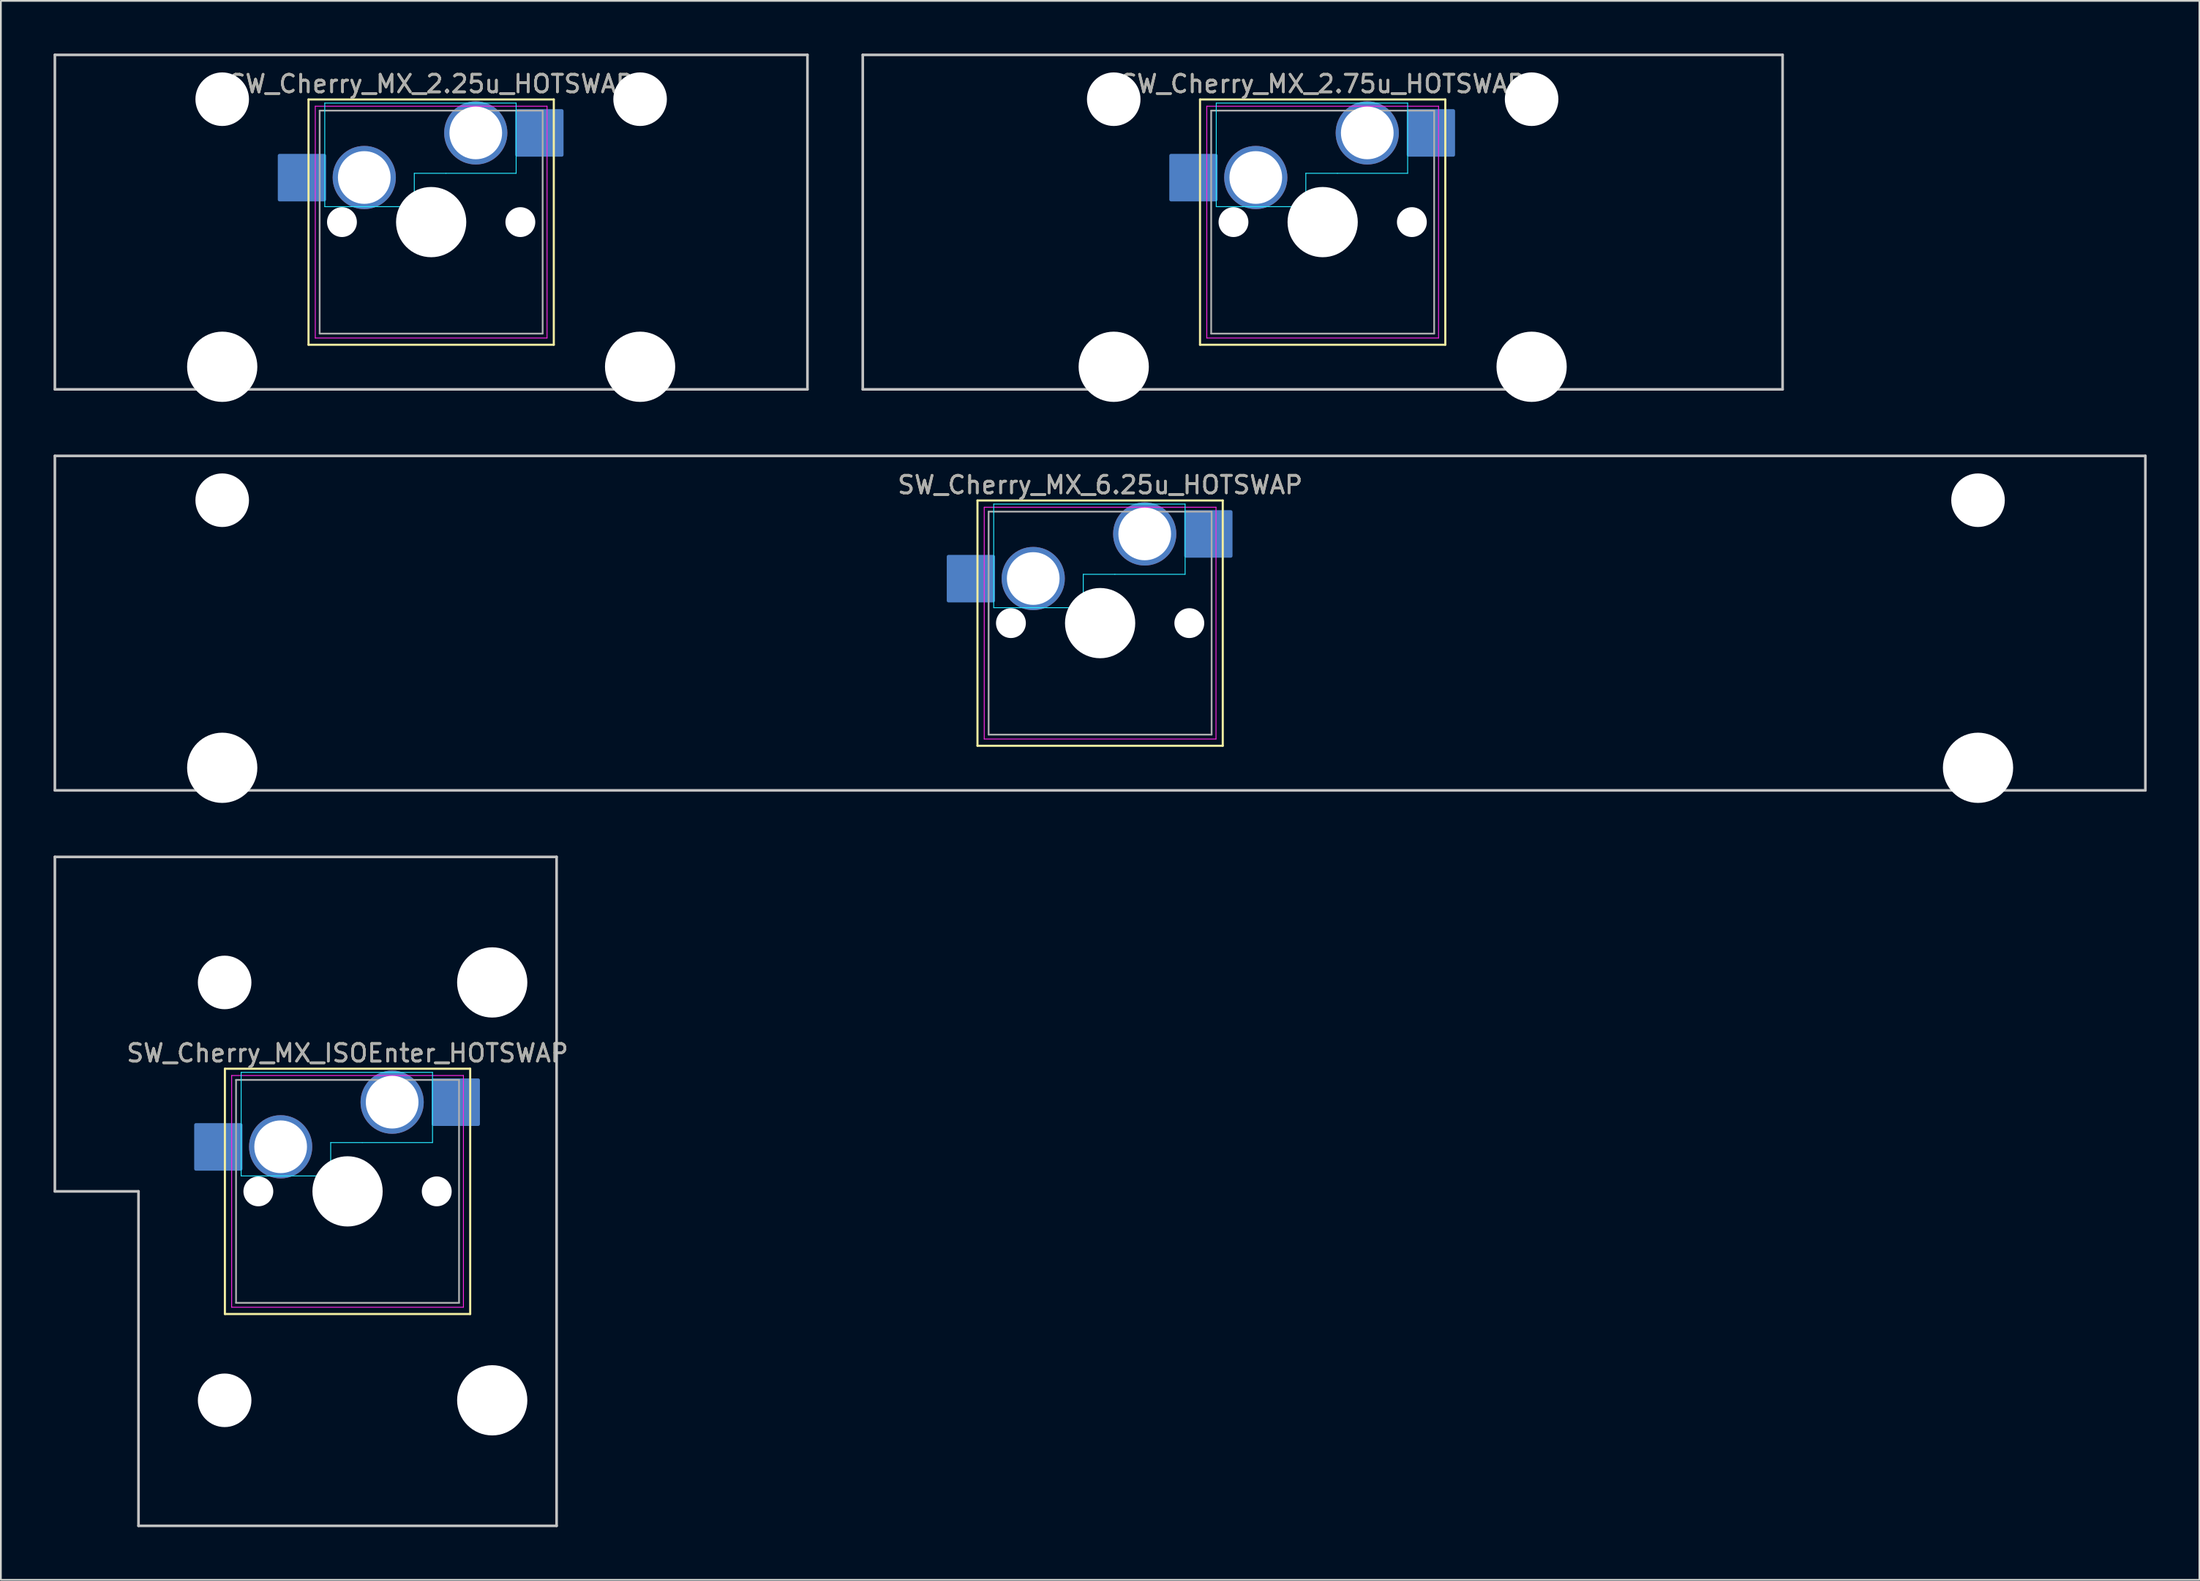
<source format=kicad_pcb>
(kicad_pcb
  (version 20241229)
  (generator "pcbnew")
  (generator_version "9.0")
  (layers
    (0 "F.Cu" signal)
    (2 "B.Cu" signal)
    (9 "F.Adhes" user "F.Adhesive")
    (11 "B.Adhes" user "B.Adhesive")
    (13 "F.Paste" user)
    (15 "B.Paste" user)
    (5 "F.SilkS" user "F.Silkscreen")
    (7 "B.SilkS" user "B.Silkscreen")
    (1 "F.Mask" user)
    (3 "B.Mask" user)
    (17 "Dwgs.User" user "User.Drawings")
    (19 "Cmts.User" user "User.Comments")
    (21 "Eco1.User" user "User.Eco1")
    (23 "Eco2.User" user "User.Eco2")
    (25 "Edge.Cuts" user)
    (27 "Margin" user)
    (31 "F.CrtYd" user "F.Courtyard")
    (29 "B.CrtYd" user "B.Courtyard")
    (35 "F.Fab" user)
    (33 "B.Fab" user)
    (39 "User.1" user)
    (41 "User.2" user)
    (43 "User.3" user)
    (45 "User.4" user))
  (footprint "SW_Cherry_MX_6.25u_HOTSWAP"
    (layer "F.Cu")
    (at 62.146 27.36)
    (property "Reference" "SW_Cherry_MX_6.25u_HOTSWAP" (at -2.54 -2.794 0) (layer "F.SilkS") (effects (font (size 1 1) (thickness 0.15))))
    (attr through_hole)
    (fp_rect (start -11.175 3.8) (end -8.625 1.294) (stroke (width 0.2) (type solid)) (fill yes) (layer "B.Cu"))
    (fp_rect (start 2.35 1.253) (end 4.9 -1.253) (stroke (width 0.2) (type solid)) (fill yes) (layer "B.Cu"))
    (fp_line (start -9.525 -1.905) (end 4.445 -1.905) (stroke (width 0.12) (type solid)) (layer "F.SilkS"))
    (fp_line (start -9.525 12.065) (end -9.525 -1.905) (stroke (width 0.12) (type solid)) (layer "F.SilkS"))
    (fp_line (start 4.445 -1.905) (end 4.445 12.065) (stroke (width 0.12) (type solid)) (layer "F.SilkS"))
    (fp_line (start 4.445 12.065) (end -9.525 12.065) (stroke (width 0.12) (type solid)) (layer "F.SilkS"))
    (fp_line (start -62.071 -4.445) (end 56.991 -4.445) (stroke (width 0.15) (type solid)) (layer "Dwgs.User"))
    (fp_line (start -62.071 14.605) (end -62.071 -4.445) (stroke (width 0.15) (type solid)) (layer "Dwgs.User"))
    (fp_line (start 56.991 -4.445) (end 56.991 14.605) (stroke (width 0.15) (type solid)) (layer "Dwgs.User"))
    (fp_line (start 56.991 14.605) (end -62.071 14.605) (stroke (width 0.15) (type solid)) (layer "Dwgs.User"))
    (fp_line (start -8.6 -1.7) (end -8.6 4.2) (stroke (width 0.05) (type solid)) (layer "B.CrtYd"))
    (fp_line (start -8.6 -1.7) (end 2.3 -1.7) (stroke (width 0.05) (type solid)) (layer "B.CrtYd"))
    (fp_line (start -8.6 4.2) (end -3.6 4.2) (stroke (width 0.05) (type solid)) (layer "B.CrtYd"))
    (fp_line (start -3.5 2.3) (end -3.5 4.2) (stroke (width 0.05) (type solid)) (layer "B.CrtYd"))
    (fp_line (start -3.5 4.2) (end -3.6 4.2) (stroke (width 0.05) (type solid)) (layer "B.CrtYd"))
    (fp_line (start -1.7 2.3) (end -3.5 2.3) (stroke (width 0.05) (type solid)) (layer "B.CrtYd"))
    (fp_line (start 2.3 -1.7) (end 2.3 2.3) (stroke (width 0.05) (type solid)) (layer "B.CrtYd"))
    (fp_line (start 2.3 2.3) (end -1.7 2.3) (stroke (width 0.05) (type solid)) (layer "B.CrtYd"))
    (fp_line (start -9.14 -1.52) (end 4.06 -1.52) (stroke (width 0.05) (type solid)) (layer "F.CrtYd"))
    (fp_line (start -9.14 11.68) (end -9.14 -1.52) (stroke (width 0.05) (type solid)) (layer "F.CrtYd"))
    (fp_line (start 4.06 -1.52) (end 4.06 11.68) (stroke (width 0.05) (type solid)) (layer "F.CrtYd"))
    (fp_line (start 4.06 11.68) (end -9.14 11.68) (stroke (width 0.05) (type solid)) (layer "F.CrtYd"))
    (fp_line (start -8.89 -1.27) (end 3.81 -1.27) (stroke (width 0.1) (type solid)) (layer "F.Fab"))
    (fp_line (start -8.89 11.43) (end -8.89 -1.27) (stroke (width 0.1) (type solid)) (layer "F.Fab"))
    (fp_line (start 3.81 -1.27) (end 3.81 11.43) (stroke (width 0.1) (type solid)) (layer "F.Fab"))
    (fp_line (start 3.81 11.43) (end -8.89 11.43) (stroke (width 0.1) (type solid)) (layer "F.Fab"))
    (fp_text user "${REFERENCE}" (at -2.54 -2.794 0) (layer "F.Fab") (effects (font (size 1 1) (thickness 0.15))))
    (pad "" np_thru_hole circle (at -52.54 -1.92) (size 3.05 3.05) (drill 3.05) (layers "*.Cu" "*.Mask"))
    (pad "" np_thru_hole circle (at -52.54 13.32) (size 4 4) (drill 4) (layers "*.Cu" "*.Mask"))
    (pad "" np_thru_hole circle (at -7.62 5.08) (size 1.7 1.7) (drill 1.7) (layers "*.Cu" "*.Mask"))
    (pad "" np_thru_hole circle (at -2.54 5.08) (size 4 4) (drill 4) (layers "*.Cu" "*.Mask"))
    (pad "" np_thru_hole circle (at 2.54 5.08) (size 1.7 1.7) (drill 1.7) (layers "*.Cu" "*.Mask"))
    (pad "" np_thru_hole circle (at 47.46 -1.92) (size 3.05 3.05) (drill 3.05) (layers "*.Cu" "*.Mask"))
    (pad "" np_thru_hole circle (at 47.46 13.32) (size 4 4) (drill 4) (layers "*.Cu" "*.Mask"))
    (pad "1" thru_hole circle (at 0 0) (size 3.6 3.6) (drill 3) (layers "*.Cu" "*.Mask"))
    (pad "2" thru_hole circle (at -6.35 2.54) (size 3.6 3.6) (drill 3) (layers "*.Cu" "*.Mask")))
  (footprint "SW_Cherry_MX_2.75u_HOTSWAP"
    (layer "F.Cu")
    (at 74.821 4.52)
    (property "Reference" "SW_Cherry_MX_2.75u_HOTSWAP" (at -2.54 -2.794 0) (layer "F.SilkS") (effects (font (size 1 1) (thickness 0.15))))
    (attr through_hole)
    (fp_rect (start -11.175 3.8) (end -8.625 1.294) (stroke (width 0.2) (type solid)) (fill yes) (layer "B.Cu"))
    (fp_rect (start 2.35 1.253) (end 4.9 -1.253) (stroke (width 0.2) (type solid)) (fill yes) (layer "B.Cu"))
    (fp_line (start -9.525 -1.905) (end 4.445 -1.905) (stroke (width 0.12) (type solid)) (layer "F.SilkS"))
    (fp_line (start -9.525 12.065) (end -9.525 -1.905) (stroke (width 0.12) (type solid)) (layer "F.SilkS"))
    (fp_line (start 4.445 -1.905) (end 4.445 12.065) (stroke (width 0.12) (type solid)) (layer "F.SilkS"))
    (fp_line (start 4.445 12.065) (end -9.525 12.065) (stroke (width 0.12) (type solid)) (layer "F.SilkS"))
    (fp_line (start -28.734 -4.445) (end 23.654 -4.445) (stroke (width 0.15) (type solid)) (layer "Dwgs.User"))
    (fp_line (start -28.734 14.605) (end -28.734 -4.445) (stroke (width 0.15) (type solid)) (layer "Dwgs.User"))
    (fp_line (start 23.654 -4.445) (end 23.654 14.605) (stroke (width 0.15) (type solid)) (layer "Dwgs.User"))
    (fp_line (start 23.654 14.605) (end -28.734 14.605) (stroke (width 0.15) (type solid)) (layer "Dwgs.User"))
    (fp_line (start -8.6 -1.7) (end -8.6 4.2) (stroke (width 0.05) (type solid)) (layer "B.CrtYd"))
    (fp_line (start -8.6 -1.7) (end 2.3 -1.7) (stroke (width 0.05) (type solid)) (layer "B.CrtYd"))
    (fp_line (start -8.6 4.2) (end -3.6 4.2) (stroke (width 0.05) (type solid)) (layer "B.CrtYd"))
    (fp_line (start -3.5 2.3) (end -3.5 4.2) (stroke (width 0.05) (type solid)) (layer "B.CrtYd"))
    (fp_line (start -3.5 4.2) (end -3.6 4.2) (stroke (width 0.05) (type solid)) (layer "B.CrtYd"))
    (fp_line (start -1.7 2.3) (end -3.5 2.3) (stroke (width 0.05) (type solid)) (layer "B.CrtYd"))
    (fp_line (start 2.3 -1.7) (end 2.3 2.3) (stroke (width 0.05) (type solid)) (layer "B.CrtYd"))
    (fp_line (start 2.3 2.3) (end -1.7 2.3) (stroke (width 0.05) (type solid)) (layer "B.CrtYd"))
    (fp_line (start -9.14 -1.52) (end 4.06 -1.52) (stroke (width 0.05) (type solid)) (layer "F.CrtYd"))
    (fp_line (start -9.14 11.68) (end -9.14 -1.52) (stroke (width 0.05) (type solid)) (layer "F.CrtYd"))
    (fp_line (start 4.06 -1.52) (end 4.06 11.68) (stroke (width 0.05) (type solid)) (layer "F.CrtYd"))
    (fp_line (start 4.06 11.68) (end -9.14 11.68) (stroke (width 0.05) (type solid)) (layer "F.CrtYd"))
    (fp_line (start -8.89 -1.27) (end 3.81 -1.27) (stroke (width 0.1) (type solid)) (layer "F.Fab"))
    (fp_line (start -8.89 11.43) (end -8.89 -1.27) (stroke (width 0.1) (type solid)) (layer "F.Fab"))
    (fp_line (start 3.81 -1.27) (end 3.81 11.43) (stroke (width 0.1) (type solid)) (layer "F.Fab"))
    (fp_line (start 3.81 11.43) (end -8.89 11.43) (stroke (width 0.1) (type solid)) (layer "F.Fab"))
    (fp_text user "${REFERENCE}" (at -2.54 -2.794 0) (layer "F.Fab") (effects (font (size 1 1) (thickness 0.15))))
    (pad "" np_thru_hole circle (at -14.44 -1.92) (size 3.05 3.05) (drill 3.05) (layers "*.Cu" "*.Mask"))
    (pad "" np_thru_hole circle (at -14.44 13.32) (size 4 4) (drill 4) (layers "*.Cu" "*.Mask"))
    (pad "" np_thru_hole circle (at -7.62 5.08) (size 1.7 1.7) (drill 1.7) (layers "*.Cu" "*.Mask"))
    (pad "" np_thru_hole circle (at -2.54 5.08) (size 4 4) (drill 4) (layers "*.Cu" "*.Mask"))
    (pad "" np_thru_hole circle (at 2.54 5.08) (size 1.7 1.7) (drill 1.7) (layers "*.Cu" "*.Mask"))
    (pad "" np_thru_hole circle (at 9.36 -1.92) (size 3.05 3.05) (drill 3.05) (layers "*.Cu" "*.Mask"))
    (pad "" np_thru_hole circle (at 9.36 13.32) (size 4 4) (drill 4) (layers "*.Cu" "*.Mask"))
    (pad "1" thru_hole circle (at 0 0) (size 3.6 3.6) (drill 3) (layers "*.Cu" "*.Mask"))
    (pad "2" thru_hole circle (at -6.35 2.54) (size 3.6 3.6) (drill 3) (layers "*.Cu" "*.Mask")))
  (footprint "SW_Cherry_MX_ISOEnter_HOTSWAP"
    (layer "F.Cu")
    (at 19.284 59.725)
    (property "Reference" "SW_Cherry_MX_ISOEnter_HOTSWAP" (at -2.54 -2.794 0) (layer "F.SilkS") (effects (font (size 1 1) (thickness 0.15))))
    (attr through_hole)
    (fp_rect (start -11.175 3.8) (end -8.625 1.294) (stroke (width 0.2) (type solid)) (fill yes) (layer "B.Cu"))
    (fp_rect (start 2.35 1.253) (end 4.9 -1.253) (stroke (width 0.2) (type solid)) (fill yes) (layer "B.Cu"))
    (fp_line (start -9.525 -1.905) (end 4.445 -1.905) (stroke (width 0.12) (type solid)) (layer "F.SilkS"))
    (fp_line (start -9.525 12.065) (end -9.525 -1.905) (stroke (width 0.12) (type solid)) (layer "F.SilkS"))
    (fp_line (start 4.445 -1.905) (end 4.445 12.065) (stroke (width 0.12) (type solid)) (layer "F.SilkS"))
    (fp_line (start 4.445 12.065) (end -9.525 12.065) (stroke (width 0.12) (type solid)) (layer "F.SilkS"))
    (fp_line (start -19.209 -13.97) (end 9.366 -13.97) (stroke (width 0.15) (type solid)) (layer "Dwgs.User"))
    (fp_line (start -19.209 5.08) (end -19.209 -13.97) (stroke (width 0.15) (type solid)) (layer "Dwgs.User"))
    (fp_line (start -14.446 5.08) (end -19.209 5.08) (stroke (width 0.15) (type solid)) (layer "Dwgs.User"))
    (fp_line (start -14.446 24.13) (end -14.446 5.08) (stroke (width 0.15) (type solid)) (layer "Dwgs.User"))
    (fp_line (start 9.366 -13.97) (end 9.366 24.13) (stroke (width 0.15) (type solid)) (layer "Dwgs.User"))
    (fp_line (start 9.366 24.13) (end -14.446 24.13) (stroke (width 0.15) (type solid)) (layer "Dwgs.User"))
    (fp_line (start -8.6 -1.7) (end -8.6 4.2) (stroke (width 0.05) (type solid)) (layer "B.CrtYd"))
    (fp_line (start -8.6 -1.7) (end 2.3 -1.7) (stroke (width 0.05) (type solid)) (layer "B.CrtYd"))
    (fp_line (start -8.6 4.2) (end -3.6 4.2) (stroke (width 0.05) (type solid)) (layer "B.CrtYd"))
    (fp_line (start -3.5 2.3) (end -3.5 4.2) (stroke (width 0.05) (type solid)) (layer "B.CrtYd"))
    (fp_line (start -3.5 4.2) (end -3.6 4.2) (stroke (width 0.05) (type solid)) (layer "B.CrtYd"))
    (fp_line (start -1.7 2.3) (end -3.5 2.3) (stroke (width 0.05) (type solid)) (layer "B.CrtYd"))
    (fp_line (start 2.3 -1.7) (end 2.3 2.3) (stroke (width 0.05) (type solid)) (layer "B.CrtYd"))
    (fp_line (start 2.3 2.3) (end -1.7 2.3) (stroke (width 0.05) (type solid)) (layer "B.CrtYd"))
    (fp_line (start -9.14 -1.52) (end 4.06 -1.52) (stroke (width 0.05) (type solid)) (layer "F.CrtYd"))
    (fp_line (start -9.14 11.68) (end -9.14 -1.52) (stroke (width 0.05) (type solid)) (layer "F.CrtYd"))
    (fp_line (start 4.06 -1.52) (end 4.06 11.68) (stroke (width 0.05) (type solid)) (layer "F.CrtYd"))
    (fp_line (start 4.06 11.68) (end -9.14 11.68) (stroke (width 0.05) (type solid)) (layer "F.CrtYd"))
    (fp_line (start -8.89 -1.27) (end 3.81 -1.27) (stroke (width 0.1) (type solid)) (layer "F.Fab"))
    (fp_line (start -8.89 11.43) (end -8.89 -1.27) (stroke (width 0.1) (type solid)) (layer "F.Fab"))
    (fp_line (start 3.81 -1.27) (end 3.81 11.43) (stroke (width 0.1) (type solid)) (layer "F.Fab"))
    (fp_line (start 3.81 11.43) (end -8.89 11.43) (stroke (width 0.1) (type solid)) (layer "F.Fab"))
    (fp_text user "${REFERENCE}" (at -2.54 -2.794 0) (layer "F.Fab") (effects (font (size 1 1) (thickness 0.15))))
    (pad "" np_thru_hole circle (at -9.54 -6.82) (size 3.05 3.05) (drill 3.05) (layers "*.Cu" "*.Mask"))
    (pad "" np_thru_hole circle (at -9.54 16.98) (size 3.05 3.05) (drill 3.05) (layers "*.Cu" "*.Mask"))
    (pad "" np_thru_hole circle (at -7.62 5.08) (size 1.7 1.7) (drill 1.7) (layers "*.Cu" "*.Mask"))
    (pad "" np_thru_hole circle (at -2.54 5.08) (size 4 4) (drill 4) (layers "*.Cu" "*.Mask"))
    (pad "" np_thru_hole circle (at 2.54 5.08) (size 1.7 1.7) (drill 1.7) (layers "*.Cu" "*.Mask"))
    (pad "" np_thru_hole circle (at 5.7 -6.82) (size 4 4) (drill 4) (layers "*.Cu" "*.Mask"))
    (pad "" np_thru_hole circle (at 5.7 16.98) (size 4 4) (drill 4) (layers "*.Cu" "*.Mask"))
    (pad "1" thru_hole circle (at 0 0) (size 3.6 3.6) (drill 3) (layers "*.Cu" "*.Mask"))
    (pad "2" thru_hole circle (at -6.35 2.54) (size 3.6 3.6) (drill 3) (layers "*.Cu" "*.Mask")))
  (footprint "SW_Cherry_MX_2.25u_HOTSWAP"
    (layer "F.Cu")
    (at 24.046 4.52)
    (property "Reference" "SW_Cherry_MX_2.25u_HOTSWAP" (at -2.54 -2.794 0) (layer "F.SilkS") (effects (font (size 1 1) (thickness 0.15))))
    (attr through_hole)
    (fp_rect (start -11.175 3.8) (end -8.625 1.294) (stroke (width 0.2) (type solid)) (fill yes) (layer "B.Cu"))
    (fp_rect (start 2.35 1.253) (end 4.9 -1.253) (stroke (width 0.2) (type solid)) (fill yes) (layer "B.Cu"))
    (fp_line (start -9.525 -1.905) (end 4.445 -1.905) (stroke (width 0.12) (type solid)) (layer "F.SilkS"))
    (fp_line (start -9.525 12.065) (end -9.525 -1.905) (stroke (width 0.12) (type solid)) (layer "F.SilkS"))
    (fp_line (start 4.445 -1.905) (end 4.445 12.065) (stroke (width 0.12) (type solid)) (layer "F.SilkS"))
    (fp_line (start 4.445 12.065) (end -9.525 12.065) (stroke (width 0.12) (type solid)) (layer "F.SilkS"))
    (fp_line (start -23.971 -4.445) (end 18.891 -4.445) (stroke (width 0.15) (type solid)) (layer "Dwgs.User"))
    (fp_line (start -23.971 14.605) (end -23.971 -4.445) (stroke (width 0.15) (type solid)) (layer "Dwgs.User"))
    (fp_line (start 18.891 -4.445) (end 18.891 14.605) (stroke (width 0.15) (type solid)) (layer "Dwgs.User"))
    (fp_line (start 18.891 14.605) (end -23.971 14.605) (stroke (width 0.15) (type solid)) (layer "Dwgs.User"))
    (fp_line (start -8.6 -1.7) (end -8.6 4.2) (stroke (width 0.05) (type solid)) (layer "B.CrtYd"))
    (fp_line (start -8.6 -1.7) (end 2.3 -1.7) (stroke (width 0.05) (type solid)) (layer "B.CrtYd"))
    (fp_line (start -8.6 4.2) (end -3.6 4.2) (stroke (width 0.05) (type solid)) (layer "B.CrtYd"))
    (fp_line (start -3.5 2.3) (end -3.5 4.2) (stroke (width 0.05) (type solid)) (layer "B.CrtYd"))
    (fp_line (start -3.5 4.2) (end -3.6 4.2) (stroke (width 0.05) (type solid)) (layer "B.CrtYd"))
    (fp_line (start -1.7 2.3) (end -3.5 2.3) (stroke (width 0.05) (type solid)) (layer "B.CrtYd"))
    (fp_line (start 2.3 -1.7) (end 2.3 2.3) (stroke (width 0.05) (type solid)) (layer "B.CrtYd"))
    (fp_line (start 2.3 2.3) (end -1.7 2.3) (stroke (width 0.05) (type solid)) (layer "B.CrtYd"))
    (fp_line (start -9.14 -1.52) (end 4.06 -1.52) (stroke (width 0.05) (type solid)) (layer "F.CrtYd"))
    (fp_line (start -9.14 11.68) (end -9.14 -1.52) (stroke (width 0.05) (type solid)) (layer "F.CrtYd"))
    (fp_line (start 4.06 -1.52) (end 4.06 11.68) (stroke (width 0.05) (type solid)) (layer "F.CrtYd"))
    (fp_line (start 4.06 11.68) (end -9.14 11.68) (stroke (width 0.05) (type solid)) (layer "F.CrtYd"))
    (fp_line (start -8.89 -1.27) (end 3.81 -1.27) (stroke (width 0.1) (type solid)) (layer "F.Fab"))
    (fp_line (start -8.89 11.43) (end -8.89 -1.27) (stroke (width 0.1) (type solid)) (layer "F.Fab"))
    (fp_line (start 3.81 -1.27) (end 3.81 11.43) (stroke (width 0.1) (type solid)) (layer "F.Fab"))
    (fp_line (start 3.81 11.43) (end -8.89 11.43) (stroke (width 0.1) (type solid)) (layer "F.Fab"))
    (fp_text user "${REFERENCE}" (at -2.54 -2.794 0) (layer "F.Fab") (effects (font (size 1 1) (thickness 0.15))))
    (pad "" np_thru_hole circle (at -14.44 -1.92) (size 3.05 3.05) (drill 3.05) (layers "*.Cu" "*.Mask"))
    (pad "" np_thru_hole circle (at -14.44 13.32) (size 4 4) (drill 4) (layers "*.Cu" "*.Mask"))
    (pad "" np_thru_hole circle (at -7.62 5.08) (size 1.7 1.7) (drill 1.7) (layers "*.Cu" "*.Mask"))
    (pad "" np_thru_hole circle (at -2.54 5.08) (size 4 4) (drill 4) (layers "*.Cu" "*.Mask"))
    (pad "" np_thru_hole circle (at 2.54 5.08) (size 1.7 1.7) (drill 1.7) (layers "*.Cu" "*.Mask"))
    (pad "" np_thru_hole circle (at 9.36 -1.92) (size 3.05 3.05) (drill 3.05) (layers "*.Cu" "*.Mask"))
    (pad "" np_thru_hole circle (at 9.36 13.32) (size 4 4) (drill 4) (layers "*.Cu" "*.Mask"))
    (pad "1" thru_hole circle (at 0 0) (size 3.6 3.6) (drill 3) (layers "*.Cu" "*.Mask"))
    (pad "2" thru_hole circle (at -6.35 2.54) (size 3.6 3.6) (drill 3) (layers "*.Cu" "*.Mask")))
  (gr_rect
    (start -3 -3)
    (end 122.213 86.93)
    (stroke (width 0.1) (type default))
    (fill no)
    (layer "Edge.Cuts")))
</source>
